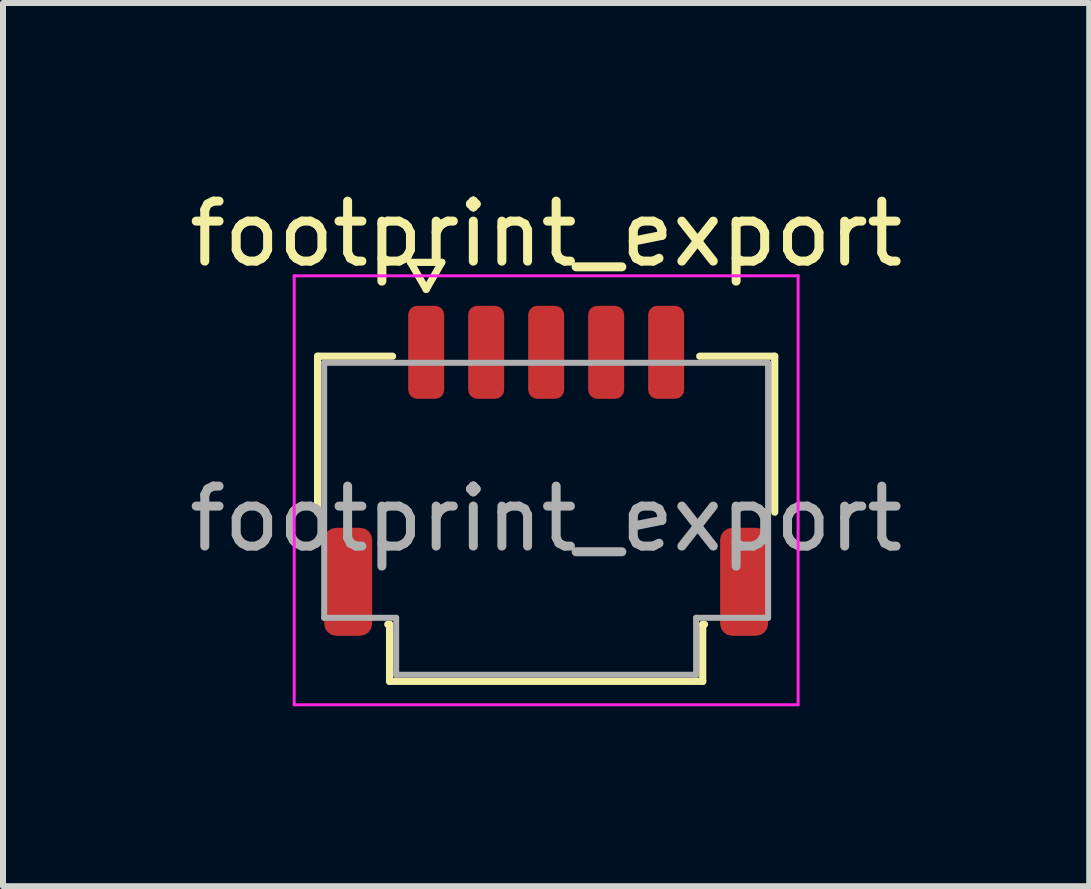
<source format=kicad_pcb>
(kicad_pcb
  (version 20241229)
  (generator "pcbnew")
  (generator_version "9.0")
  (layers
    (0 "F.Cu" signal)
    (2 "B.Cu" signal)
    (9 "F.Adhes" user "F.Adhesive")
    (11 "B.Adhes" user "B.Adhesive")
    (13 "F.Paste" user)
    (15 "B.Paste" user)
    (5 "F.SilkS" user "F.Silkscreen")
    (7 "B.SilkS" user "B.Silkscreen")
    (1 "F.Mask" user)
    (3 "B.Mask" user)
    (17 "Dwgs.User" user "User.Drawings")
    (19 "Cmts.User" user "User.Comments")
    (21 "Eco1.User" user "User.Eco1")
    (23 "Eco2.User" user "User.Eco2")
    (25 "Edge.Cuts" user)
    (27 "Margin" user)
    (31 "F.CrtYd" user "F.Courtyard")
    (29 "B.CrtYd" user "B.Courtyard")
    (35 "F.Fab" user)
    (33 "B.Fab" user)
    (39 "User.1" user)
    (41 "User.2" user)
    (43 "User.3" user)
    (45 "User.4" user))
  (footprint "footprint_export"
    (layer "F.Cu")
    (at 6.054 5.598)
    (property "Reference" "footprint_export" (at 0 -4.75 0) (layer "F.SilkS") (effects (font (size 1 1) (thickness 0.15))))
    (attr smd)
    (fp_line (start -3.81 -2.71) (end -2.56 -2.71) (stroke (width 0.12) (type solid)) (layer "F.SilkS"))
    (fp_line (start -3.81 -0.11) (end -3.81 -2.71) (stroke (width 0.12) (type solid)) (layer "F.SilkS"))
    (fp_line (start -2.61 1.76) (end -2.64 1.76) (stroke (width 0.12) (type solid)) (layer "F.SilkS"))
    (fp_line (start -2.61 2.71) (end -2.61 1.76) (stroke (width 0.12) (type solid)) (layer "F.SilkS"))
    (fp_line (start -2.26 -4.275) (end -2 -3.825) (stroke (width 0.12) (type solid)) (layer "F.SilkS"))
    (fp_line (start -2 -3.825) (end -1.74 -4.275) (stroke (width 0.12) (type solid)) (layer "F.SilkS"))
    (fp_line (start -1.74 -4.275) (end -2.26 -4.275) (stroke (width 0.12) (type solid)) (layer "F.SilkS"))
    (fp_line (start 2.56 -2.71) (end 3.81 -2.71) (stroke (width 0.12) (type solid)) (layer "F.SilkS"))
    (fp_line (start 2.61 1.76) (end 2.61 2.71) (stroke (width 0.12) (type solid)) (layer "F.SilkS"))
    (fp_line (start 2.61 2.71) (end -2.61 2.71) (stroke (width 0.12) (type solid)) (layer "F.SilkS"))
    (fp_line (start 2.64 1.76) (end 2.61 1.76) (stroke (width 0.12) (type solid)) (layer "F.SilkS"))
    (fp_line (start 3.81 -2.71) (end 3.81 -0.11) (stroke (width 0.12) (type solid)) (layer "F.SilkS"))
    (fp_line (start -4.2 -4.05) (end -4.2 3.1) (stroke (width 0.05) (type solid)) (layer "F.CrtYd"))
    (fp_line (start -4.2 3.1) (end 4.2 3.1) (stroke (width 0.05) (type solid)) (layer "F.CrtYd"))
    (fp_line (start 4.2 -4.05) (end -4.2 -4.05) (stroke (width 0.05) (type solid)) (layer "F.CrtYd"))
    (fp_line (start 4.2 3.1) (end 4.2 -4.05) (stroke (width 0.05) (type solid)) (layer "F.CrtYd"))
    (fp_line (start -3.7 -2.6) (end 3.7 -2.6) (stroke (width 0.1) (type solid)) (layer "F.Fab"))
    (fp_line (start -3.7 1.65) (end -3.7 -2.6) (stroke (width 0.1) (type solid)) (layer "F.Fab"))
    (fp_line (start -2.5 1.65) (end -3.7 1.65) (stroke (width 0.1) (type solid)) (layer "F.Fab"))
    (fp_line (start -2.5 2.6) (end -2.5 1.65) (stroke (width 0.1) (type solid)) (layer "F.Fab"))
    (fp_line (start 2.5 1.65) (end 2.5 2.6) (stroke (width 0.1) (type solid)) (layer "F.Fab"))
    (fp_line (start 2.5 2.6) (end -2.5 2.6) (stroke (width 0.1) (type solid)) (layer "F.Fab"))
    (fp_line (start 3.7 -2.6) (end 3.7 1.65) (stroke (width 0.1) (type solid)) (layer "F.Fab"))
    (fp_line (start 3.7 1.65) (end 2.5 1.65) (stroke (width 0.1) (type solid)) (layer "F.Fab"))
    (fp_text user "${REFERENCE}" (at 0 0 0) (layer "F.Fab") (effects (font (size 1 1) (thickness 0.15))))
    (pad "1" smd roundrect (at -2 -2.775) (size 0.6 1.55) (layers "F.Cu" "F.Mask" "F.Paste") (roundrect_rratio 0.25))
    (pad "2" smd roundrect (at -1 -2.775) (size 0.6 1.55) (layers "F.Cu" "F.Mask" "F.Paste") (roundrect_rratio 0.25))
    (pad "3" smd roundrect (at 0 -2.775) (size 0.6 1.55) (layers "F.Cu" "F.Mask" "F.Paste") (roundrect_rratio 0.25))
    (pad "4" smd roundrect (at 1 -2.775) (size 0.6 1.55) (layers "F.Cu" "F.Mask" "F.Paste") (roundrect_rratio 0.25))
    (pad "5" smd roundrect (at 2 -2.775) (size 0.6 1.55) (layers "F.Cu" "F.Mask" "F.Paste") (roundrect_rratio 0.25))
    (pad "MP" smd roundrect (at -3.3 1.05) (size 0.8 1.8) (layers "F.Cu" "F.Mask" "F.Paste") (roundrect_rratio 0.25))
    (pad "MP" smd roundrect (at 3.3 1.05) (size 0.8 1.8) (layers "F.Cu" "F.Mask" "F.Paste") (roundrect_rratio 0.25)))
  (gr_rect
    (start -3 -3)
    (end 15.107 11.723)
    (stroke (width 0.1) (type default))
    (fill no)
    (layer "Edge.Cuts")))
</source>
